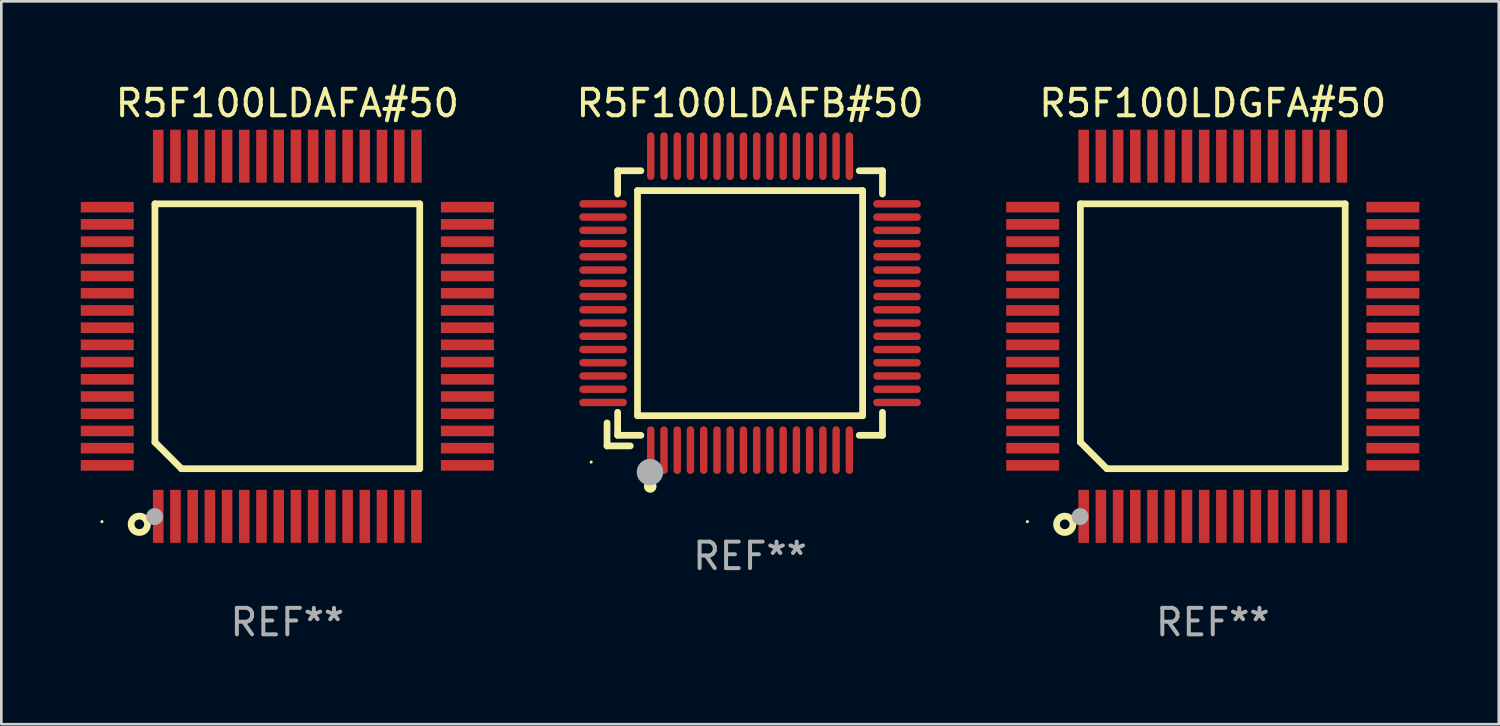
<source format=kicad_pcb>
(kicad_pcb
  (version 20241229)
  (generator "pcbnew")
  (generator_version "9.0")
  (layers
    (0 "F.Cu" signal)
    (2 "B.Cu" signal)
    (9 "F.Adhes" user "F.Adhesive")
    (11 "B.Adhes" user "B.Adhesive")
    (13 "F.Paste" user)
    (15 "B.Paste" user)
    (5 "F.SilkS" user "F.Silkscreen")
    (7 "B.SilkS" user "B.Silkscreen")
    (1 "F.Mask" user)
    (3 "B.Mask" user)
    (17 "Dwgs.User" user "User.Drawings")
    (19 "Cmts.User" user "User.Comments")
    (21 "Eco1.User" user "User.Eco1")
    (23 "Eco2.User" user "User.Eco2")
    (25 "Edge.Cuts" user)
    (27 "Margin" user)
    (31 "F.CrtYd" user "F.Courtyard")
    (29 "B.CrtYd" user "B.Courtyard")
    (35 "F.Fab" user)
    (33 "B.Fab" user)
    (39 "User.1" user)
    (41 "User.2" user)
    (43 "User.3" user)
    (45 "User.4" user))
  (footprint "R5F100LDAFB#50"
    (layer "F.Cu")
    (at 25.273 8.398)
    (property "Reference" "R5F100LDAFB#50" (at 0 -7.55 0) (layer "F.SilkS") (effects (font (size 1 1) (thickness 0.15))))
    (attr through_hole)
    (fp_line (start -5.4 4.521) (end -5.4 5.39) (stroke (width 0.254) (type solid)) (layer "F.SilkS"))
    (fp_line (start -5.4 5.39) (end -4.521 5.39) (stroke (width 0.254) (type solid)) (layer "F.SilkS"))
    (fp_line (start -5 -5) (end -5 -4.121) (stroke (width 0.254) (type solid)) (layer "F.SilkS"))
    (fp_line (start -5 4.121) (end -5 4.99) (stroke (width 0.254) (type solid)) (layer "F.SilkS"))
    (fp_line (start -5 4.99) (end -4.121 4.99) (stroke (width 0.254) (type solid)) (layer "F.SilkS"))
    (fp_line (start -4.25 -4.25) (end -4.25 4.25) (stroke (width 0.254) (type solid)) (layer "F.SilkS"))
    (fp_line (start -4.25 4.25) (end 4.25 4.25) (stroke (width 0.254) (type solid)) (layer "F.SilkS"))
    (fp_line (start -4.121 -5) (end -5 -5) (stroke (width 0.254) (type solid)) (layer "F.SilkS"))
    (fp_line (start 4.121 4.99) (end 5 4.99) (stroke (width 0.254) (type solid)) (layer "F.SilkS"))
    (fp_line (start 4.25 -4.25) (end -4.25 -4.25) (stroke (width 0.254) (type solid)) (layer "F.SilkS"))
    (fp_line (start 4.25 4.25) (end 4.25 -4.25) (stroke (width 0.254) (type solid)) (layer "F.SilkS"))
    (fp_line (start 5 -5) (end 4.121 -5) (stroke (width 0.254) (type solid)) (layer "F.SilkS"))
    (fp_line (start 5 -4.121) (end 5 -5) (stroke (width 0.254) (type solid)) (layer "F.SilkS"))
    (fp_line (start 5 4.99) (end 5 4.121) (stroke (width 0.254) (type solid)) (layer "F.SilkS"))
    (fp_circle (center -6 6) (end -5.97 6) (stroke (width 0.06) (type solid)) (fill no) (layer "F.SilkS"))
    (fp_circle (center -3.77 6.92) (end -3.65 6.92) (stroke (width 0.24) (type solid)) (fill no) (layer "F.SilkS"))
    (fp_circle (center -3.78 6.38) (end -3.53 6.38) (stroke (width 0.5) (type solid)) (fill no) (layer "F.Fab"))
    (fp_text user "REF**" (at 0 9.55 0) (layer "F.Fab") (effects (font (size 1 1) (thickness 0.15))))
    (pad "1" smd oval (at -3.75 5.55) (size 0.28 1.8) (layers "F.Cu" "F.Mask" "F.Paste"))
    (pad "2" smd oval (at -3.25 5.55) (size 0.28 1.8) (layers "F.Cu" "F.Mask" "F.Paste"))
    (pad "3" smd oval (at -2.75 5.55) (size 0.28 1.8) (layers "F.Cu" "F.Mask" "F.Paste"))
    (pad "4" smd oval (at -2.25 5.55) (size 0.28 1.8) (layers "F.Cu" "F.Mask" "F.Paste"))
    (pad "5" smd oval (at -1.75 5.55) (size 0.28 1.8) (layers "F.Cu" "F.Mask" "F.Paste"))
    (pad "6" smd oval (at -1.25 5.55) (size 0.28 1.8) (layers "F.Cu" "F.Mask" "F.Paste"))
    (pad "7" smd oval (at -0.75 5.55) (size 0.28 1.8) (layers "F.Cu" "F.Mask" "F.Paste"))
    (pad "8" smd oval (at -0.25 5.55) (size 0.28 1.8) (layers "F.Cu" "F.Mask" "F.Paste"))
    (pad "9" smd oval (at 0.25 5.55) (size 0.28 1.8) (layers "F.Cu" "F.Mask" "F.Paste"))
    (pad "10" smd oval (at 0.75 5.55) (size 0.28 1.8) (layers "F.Cu" "F.Mask" "F.Paste"))
    (pad "11" smd oval (at 1.25 5.55) (size 0.28 1.8) (layers "F.Cu" "F.Mask" "F.Paste"))
    (pad "12" smd oval (at 1.75 5.55) (size 0.28 1.8) (layers "F.Cu" "F.Mask" "F.Paste"))
    (pad "13" smd oval (at 2.25 5.55) (size 0.28 1.8) (layers "F.Cu" "F.Mask" "F.Paste"))
    (pad "14" smd oval (at 2.75 5.55) (size 0.28 1.8) (layers "F.Cu" "F.Mask" "F.Paste"))
    (pad "15" smd oval (at 3.25 5.55) (size 0.28 1.8) (layers "F.Cu" "F.Mask" "F.Paste"))
    (pad "16" smd oval (at 3.75 5.55) (size 0.28 1.8) (layers "F.Cu" "F.Mask" "F.Paste"))
    (pad "17" smd oval (at 5.55 3.75) (size 1.8 0.28) (layers "F.Cu" "F.Mask" "F.Paste"))
    (pad "18" smd oval (at 5.55 3.25) (size 1.8 0.28) (layers "F.Cu" "F.Mask" "F.Paste"))
    (pad "19" smd oval (at 5.55 2.75) (size 1.8 0.28) (layers "F.Cu" "F.Mask" "F.Paste"))
    (pad "20" smd oval (at 5.55 2.25) (size 1.8 0.28) (layers "F.Cu" "F.Mask" "F.Paste"))
    (pad "21" smd oval (at 5.55 1.75) (size 1.8 0.28) (layers "F.Cu" "F.Mask" "F.Paste"))
    (pad "22" smd oval (at 5.55 1.25) (size 1.8 0.28) (layers "F.Cu" "F.Mask" "F.Paste"))
    (pad "23" smd oval (at 5.55 0.75) (size 1.8 0.28) (layers "F.Cu" "F.Mask" "F.Paste"))
    (pad "24" smd oval (at 5.55 0.25) (size 1.8 0.28) (layers "F.Cu" "F.Mask" "F.Paste"))
    (pad "25" smd oval (at 5.55 -0.25) (size 1.8 0.28) (layers "F.Cu" "F.Mask" "F.Paste"))
    (pad "26" smd oval (at 5.55 -0.75) (size 1.8 0.28) (layers "F.Cu" "F.Mask" "F.Paste"))
    (pad "27" smd oval (at 5.55 -1.25) (size 1.8 0.28) (layers "F.Cu" "F.Mask" "F.Paste"))
    (pad "28" smd oval (at 5.55 -1.75) (size 1.8 0.28) (layers "F.Cu" "F.Mask" "F.Paste"))
    (pad "29" smd oval (at 5.55 -2.25) (size 1.8 0.28) (layers "F.Cu" "F.Mask" "F.Paste"))
    (pad "30" smd oval (at 5.55 -2.75) (size 1.8 0.28) (layers "F.Cu" "F.Mask" "F.Paste"))
    (pad "31" smd oval (at 5.55 -3.25) (size 1.8 0.28) (layers "F.Cu" "F.Mask" "F.Paste"))
    (pad "32" smd oval (at 5.55 -3.75) (size 1.8 0.28) (layers "F.Cu" "F.Mask" "F.Paste"))
    (pad "33" smd oval (at 3.75 -5.55) (size 0.28 1.8) (layers "F.Cu" "F.Mask" "F.Paste"))
    (pad "34" smd oval (at 3.25 -5.55) (size 0.28 1.8) (layers "F.Cu" "F.Mask" "F.Paste"))
    (pad "35" smd oval (at 2.75 -5.55) (size 0.28 1.8) (layers "F.Cu" "F.Mask" "F.Paste"))
    (pad "36" smd oval (at 2.25 -5.55) (size 0.28 1.8) (layers "F.Cu" "F.Mask" "F.Paste"))
    (pad "37" smd oval (at 1.75 -5.55) (size 0.28 1.8) (layers "F.Cu" "F.Mask" "F.Paste"))
    (pad "38" smd oval (at 1.25 -5.55) (size 0.28 1.8) (layers "F.Cu" "F.Mask" "F.Paste"))
    (pad "39" smd oval (at 0.75 -5.55) (size 0.28 1.8) (layers "F.Cu" "F.Mask" "F.Paste"))
    (pad "40" smd oval (at 0.25 -5.55) (size 0.28 1.8) (layers "F.Cu" "F.Mask" "F.Paste"))
    (pad "41" smd oval (at -0.25 -5.55) (size 0.28 1.8) (layers "F.Cu" "F.Mask" "F.Paste"))
    (pad "42" smd oval (at -0.75 -5.55) (size 0.28 1.8) (layers "F.Cu" "F.Mask" "F.Paste"))
    (pad "43" smd oval (at -1.25 -5.55) (size 0.28 1.8) (layers "F.Cu" "F.Mask" "F.Paste"))
    (pad "44" smd oval (at -1.75 -5.55) (size 0.28 1.8) (layers "F.Cu" "F.Mask" "F.Paste"))
    (pad "45" smd oval (at -2.25 -5.55) (size 0.28 1.8) (layers "F.Cu" "F.Mask" "F.Paste"))
    (pad "46" smd oval (at -2.75 -5.55) (size 0.28 1.8) (layers "F.Cu" "F.Mask" "F.Paste"))
    (pad "47" smd oval (at -3.25 -5.55) (size 0.28 1.8) (layers "F.Cu" "F.Mask" "F.Paste"))
    (pad "48" smd oval (at -3.75 -5.55) (size 0.28 1.8) (layers "F.Cu" "F.Mask" "F.Paste"))
    (pad "49" smd oval (at -5.55 -3.75) (size 1.8 0.28) (layers "F.Cu" "F.Mask" "F.Paste"))
    (pad "50" smd oval (at -5.55 -3.25) (size 1.8 0.28) (layers "F.Cu" "F.Mask" "F.Paste"))
    (pad "51" smd oval (at -5.55 -2.75) (size 1.8 0.28) (layers "F.Cu" "F.Mask" "F.Paste"))
    (pad "52" smd oval (at -5.55 -2.25) (size 1.8 0.28) (layers "F.Cu" "F.Mask" "F.Paste"))
    (pad "53" smd oval (at -5.55 -1.75) (size 1.8 0.28) (layers "F.Cu" "F.Mask" "F.Paste"))
    (pad "54" smd oval (at -5.55 -1.25) (size 1.8 0.28) (layers "F.Cu" "F.Mask" "F.Paste"))
    (pad "55" smd oval (at -5.55 -0.75) (size 1.8 0.28) (layers "F.Cu" "F.Mask" "F.Paste"))
    (pad "56" smd oval (at -5.55 -0.25) (size 1.8 0.28) (layers "F.Cu" "F.Mask" "F.Paste"))
    (pad "57" smd oval (at -5.55 0.25) (size 1.8 0.28) (layers "F.Cu" "F.Mask" "F.Paste"))
    (pad "58" smd oval (at -5.55 0.75) (size 1.8 0.28) (layers "F.Cu" "F.Mask" "F.Paste"))
    (pad "59" smd oval (at -5.55 1.25) (size 1.8 0.28) (layers "F.Cu" "F.Mask" "F.Paste"))
    (pad "60" smd oval (at -5.55 1.75) (size 1.8 0.28) (layers "F.Cu" "F.Mask" "F.Paste"))
    (pad "61" smd oval (at -5.55 2.25) (size 1.8 0.28) (layers "F.Cu" "F.Mask" "F.Paste"))
    (pad "62" smd oval (at -5.55 2.75) (size 1.8 0.28) (layers "F.Cu" "F.Mask" "F.Paste"))
    (pad "63" smd oval (at -5.55 3.25) (size 1.8 0.28) (layers "F.Cu" "F.Mask" "F.Paste"))
    (pad "64" smd oval (at -5.55 3.75) (size 1.8 0.28) (layers "F.Cu" "F.Mask" "F.Paste")))
  (footprint "R5F100LDAFA#50"
    (layer "F.Cu")
    (at 7.8 9.648)
    (property "Reference" "R5F100LDAFA#50" (at 0 -8.8 0) (layer "F.SilkS") (effects (font (size 1 1) (thickness 0.15))))
    (attr through_hole)
    (fp_line (start -5 -5) (end 5 -5) (stroke (width 0.254) (type solid)) (layer "F.SilkS"))
    (fp_line (start -5 4) (end -5 -5) (stroke (width 0.254) (type solid)) (layer "F.SilkS"))
    (fp_line (start -4 5) (end -5 4) (stroke (width 0.254) (type solid)) (layer "F.SilkS"))
    (fp_line (start 5 -5) (end 5 5) (stroke (width 0.254) (type solid)) (layer "F.SilkS"))
    (fp_line (start 5 5) (end -4 5) (stroke (width 0.254) (type solid)) (layer "F.SilkS"))
    (fp_circle (center -7 7) (end -6.97 7) (stroke (width 0.06) (type solid)) (fill no) (layer "F.SilkS"))
    (fp_circle (center -5.59 7.1) (end -5.28 7.1) (stroke (width 0.254) (type solid)) (fill no) (layer "F.SilkS"))
    (fp_circle (center -5.01 6.81) (end -4.85 6.81) (stroke (width 0.32) (type solid)) (fill no) (layer "F.Fab"))
    (fp_text user "REF**" (at 0 10.8 0) (layer "F.Fab") (effects (font (size 1 1) (thickness 0.15))))
    (pad "1" smd rect (at -4.875 6.8) (size 0.4 2) (layers "F.Cu" "F.Mask" "F.Paste"))
    (pad "2" smd rect (at -4.225 6.8) (size 0.4 2) (layers "F.Cu" "F.Mask" "F.Paste"))
    (pad "3" smd rect (at -3.575 6.8) (size 0.4 2) (layers "F.Cu" "F.Mask" "F.Paste"))
    (pad "4" smd rect (at -2.925 6.8) (size 0.4 2) (layers "F.Cu" "F.Mask" "F.Paste"))
    (pad "5" smd rect (at -2.275 6.8) (size 0.4 2) (layers "F.Cu" "F.Mask" "F.Paste"))
    (pad "6" smd rect (at -1.625 6.8) (size 0.4 2) (layers "F.Cu" "F.Mask" "F.Paste"))
    (pad "7" smd rect (at -0.975 6.8) (size 0.4 2) (layers "F.Cu" "F.Mask" "F.Paste"))
    (pad "8" smd rect (at -0.325 6.8) (size 0.4 2) (layers "F.Cu" "F.Mask" "F.Paste"))
    (pad "9" smd rect (at 0.325 6.8) (size 0.4 2) (layers "F.Cu" "F.Mask" "F.Paste"))
    (pad "10" smd rect (at 0.975 6.8) (size 0.4 2) (layers "F.Cu" "F.Mask" "F.Paste"))
    (pad "11" smd rect (at 1.625 6.8) (size 0.4 2) (layers "F.Cu" "F.Mask" "F.Paste"))
    (pad "12" smd rect (at 2.275 6.8) (size 0.4 2) (layers "F.Cu" "F.Mask" "F.Paste"))
    (pad "13" smd rect (at 2.925 6.8) (size 0.4 2) (layers "F.Cu" "F.Mask" "F.Paste"))
    (pad "14" smd rect (at 3.575 6.8) (size 0.4 2) (layers "F.Cu" "F.Mask" "F.Paste"))
    (pad "15" smd rect (at 4.225 6.8) (size 0.4 2) (layers "F.Cu" "F.Mask" "F.Paste"))
    (pad "16" smd rect (at 4.875 6.8) (size 0.4 2) (layers "F.Cu" "F.Mask" "F.Paste"))
    (pad "17" smd rect (at 6.8 4.875) (size 2 0.4) (layers "F.Cu" "F.Mask" "F.Paste"))
    (pad "18" smd rect (at 6.8 4.225) (size 2 0.4) (layers "F.Cu" "F.Mask" "F.Paste"))
    (pad "19" smd rect (at 6.8 3.575) (size 2 0.4) (layers "F.Cu" "F.Mask" "F.Paste"))
    (pad "20" smd rect (at 6.8 2.925) (size 2 0.4) (layers "F.Cu" "F.Mask" "F.Paste"))
    (pad "21" smd rect (at 6.8 2.275) (size 2 0.4) (layers "F.Cu" "F.Mask" "F.Paste"))
    (pad "22" smd rect (at 6.8 1.625) (size 2 0.4) (layers "F.Cu" "F.Mask" "F.Paste"))
    (pad "23" smd rect (at 6.8 0.975) (size 2 0.4) (layers "F.Cu" "F.Mask" "F.Paste"))
    (pad "24" smd rect (at 6.8 0.325) (size 2 0.4) (layers "F.Cu" "F.Mask" "F.Paste"))
    (pad "25" smd rect (at 6.8 -0.325) (size 2 0.4) (layers "F.Cu" "F.Mask" "F.Paste"))
    (pad "26" smd rect (at 6.8 -0.975) (size 2 0.4) (layers "F.Cu" "F.Mask" "F.Paste"))
    (pad "27" smd rect (at 6.8 -1.625) (size 2 0.4) (layers "F.Cu" "F.Mask" "F.Paste"))
    (pad "28" smd rect (at 6.8 -2.275) (size 2 0.4) (layers "F.Cu" "F.Mask" "F.Paste"))
    (pad "29" smd rect (at 6.8 -2.925) (size 2 0.4) (layers "F.Cu" "F.Mask" "F.Paste"))
    (pad "30" smd rect (at 6.8 -3.575) (size 2 0.4) (layers "F.Cu" "F.Mask" "F.Paste"))
    (pad "31" smd rect (at 6.8 -4.225) (size 2 0.4) (layers "F.Cu" "F.Mask" "F.Paste"))
    (pad "32" smd rect (at 6.8 -4.875) (size 2 0.4) (layers "F.Cu" "F.Mask" "F.Paste"))
    (pad "33" smd rect (at 4.875 -6.8) (size 0.4 2) (layers "F.Cu" "F.Mask" "F.Paste"))
    (pad "34" smd rect (at 4.225 -6.8) (size 0.4 2) (layers "F.Cu" "F.Mask" "F.Paste"))
    (pad "35" smd rect (at 3.575 -6.8) (size 0.4 2) (layers "F.Cu" "F.Mask" "F.Paste"))
    (pad "36" smd rect (at 2.925 -6.8) (size 0.4 2) (layers "F.Cu" "F.Mask" "F.Paste"))
    (pad "37" smd rect (at 2.275 -6.8) (size 0.4 2) (layers "F.Cu" "F.Mask" "F.Paste"))
    (pad "38" smd rect (at 1.625 -6.8) (size 0.4 2) (layers "F.Cu" "F.Mask" "F.Paste"))
    (pad "39" smd rect (at 0.975 -6.8) (size 0.4 2) (layers "F.Cu" "F.Mask" "F.Paste"))
    (pad "40" smd rect (at 0.325 -6.8) (size 0.4 2) (layers "F.Cu" "F.Mask" "F.Paste"))
    (pad "41" smd rect (at -0.325 -6.8) (size 0.4 2) (layers "F.Cu" "F.Mask" "F.Paste"))
    (pad "42" smd rect (at -0.975 -6.8) (size 0.4 2) (layers "F.Cu" "F.Mask" "F.Paste"))
    (pad "43" smd rect (at -1.625 -6.8) (size 0.4 2) (layers "F.Cu" "F.Mask" "F.Paste"))
    (pad "44" smd rect (at -2.275 -6.8) (size 0.4 2) (layers "F.Cu" "F.Mask" "F.Paste"))
    (pad "45" smd rect (at -2.925 -6.8) (size 0.4 2) (layers "F.Cu" "F.Mask" "F.Paste"))
    (pad "46" smd rect (at -3.575 -6.8) (size 0.4 2) (layers "F.Cu" "F.Mask" "F.Paste"))
    (pad "47" smd rect (at -4.225 -6.8) (size 0.4 2) (layers "F.Cu" "F.Mask" "F.Paste"))
    (pad "48" smd rect (at -4.875 -6.8) (size 0.4 2) (layers "F.Cu" "F.Mask" "F.Paste"))
    (pad "49" smd rect (at -6.8 -4.875) (size 2 0.4) (layers "F.Cu" "F.Mask" "F.Paste"))
    (pad "50" smd rect (at -6.8 -4.225) (size 2 0.4) (layers "F.Cu" "F.Mask" "F.Paste"))
    (pad "51" smd rect (at -6.8 -3.575) (size 2 0.4) (layers "F.Cu" "F.Mask" "F.Paste"))
    (pad "52" smd rect (at -6.8 -2.925) (size 2 0.4) (layers "F.Cu" "F.Mask" "F.Paste"))
    (pad "53" smd rect (at -6.8 -2.275) (size 2 0.4) (layers "F.Cu" "F.Mask" "F.Paste"))
    (pad "54" smd rect (at -6.8 -1.625) (size 2 0.4) (layers "F.Cu" "F.Mask" "F.Paste"))
    (pad "55" smd rect (at -6.8 -0.975) (size 2 0.4) (layers "F.Cu" "F.Mask" "F.Paste"))
    (pad "56" smd rect (at -6.8 -0.325) (size 2 0.4) (layers "F.Cu" "F.Mask" "F.Paste"))
    (pad "57" smd rect (at -6.8 0.325) (size 2 0.4) (layers "F.Cu" "F.Mask" "F.Paste"))
    (pad "58" smd rect (at -6.8 0.975) (size 2 0.4) (layers "F.Cu" "F.Mask" "F.Paste"))
    (pad "59" smd rect (at -6.8 1.625) (size 2 0.4) (layers "F.Cu" "F.Mask" "F.Paste"))
    (pad "60" smd rect (at -6.8 2.275) (size 2 0.4) (layers "F.Cu" "F.Mask" "F.Paste"))
    (pad "61" smd rect (at -6.8 2.925) (size 2 0.4) (layers "F.Cu" "F.Mask" "F.Paste"))
    (pad "62" smd rect (at -6.8 3.575) (size 2 0.4) (layers "F.Cu" "F.Mask" "F.Paste"))
    (pad "63" smd rect (at -6.8 4.225) (size 2 0.4) (layers "F.Cu" "F.Mask" "F.Paste"))
    (pad "64" smd rect (at -6.8 4.875) (size 2 0.4) (layers "F.Cu" "F.Mask" "F.Paste")))
  (footprint "R5F100LDGFA#50"
    (layer "F.Cu")
    (at 42.746 9.648)
    (property "Reference" "R5F100LDGFA#50" (at 0 -8.8 0) (layer "F.SilkS") (effects (font (size 1 1) (thickness 0.15))))
    (attr through_hole)
    (fp_line (start -5 -5) (end 5 -5) (stroke (width 0.254) (type solid)) (layer "F.SilkS"))
    (fp_line (start -5 4) (end -5 -5) (stroke (width 0.254) (type solid)) (layer "F.SilkS"))
    (fp_line (start -4 5) (end -5 4) (stroke (width 0.254) (type solid)) (layer "F.SilkS"))
    (fp_line (start 5 -5) (end 5 5) (stroke (width 0.254) (type solid)) (layer "F.SilkS"))
    (fp_line (start 5 5) (end -4 5) (stroke (width 0.254) (type solid)) (layer "F.SilkS"))
    (fp_circle (center -7 7) (end -6.97 7) (stroke (width 0.06) (type solid)) (fill no) (layer "F.SilkS"))
    (fp_circle (center -5.59 7.1) (end -5.28 7.1) (stroke (width 0.254) (type solid)) (fill no) (layer "F.SilkS"))
    (fp_circle (center -5.01 6.81) (end -4.85 6.81) (stroke (width 0.32) (type solid)) (fill no) (layer "F.Fab"))
    (fp_text user "REF**" (at 0 10.8 0) (layer "F.Fab") (effects (font (size 1 1) (thickness 0.15))))
    (pad "1" smd rect (at -4.875 6.8) (size 0.4 2) (layers "F.Cu" "F.Mask" "F.Paste"))
    (pad "2" smd rect (at -4.225 6.8) (size 0.4 2) (layers "F.Cu" "F.Mask" "F.Paste"))
    (pad "3" smd rect (at -3.575 6.8) (size 0.4 2) (layers "F.Cu" "F.Mask" "F.Paste"))
    (pad "4" smd rect (at -2.925 6.8) (size 0.4 2) (layers "F.Cu" "F.Mask" "F.Paste"))
    (pad "5" smd rect (at -2.275 6.8) (size 0.4 2) (layers "F.Cu" "F.Mask" "F.Paste"))
    (pad "6" smd rect (at -1.625 6.8) (size 0.4 2) (layers "F.Cu" "F.Mask" "F.Paste"))
    (pad "7" smd rect (at -0.975 6.8) (size 0.4 2) (layers "F.Cu" "F.Mask" "F.Paste"))
    (pad "8" smd rect (at -0.325 6.8) (size 0.4 2) (layers "F.Cu" "F.Mask" "F.Paste"))
    (pad "9" smd rect (at 0.325 6.8) (size 0.4 2) (layers "F.Cu" "F.Mask" "F.Paste"))
    (pad "10" smd rect (at 0.975 6.8) (size 0.4 2) (layers "F.Cu" "F.Mask" "F.Paste"))
    (pad "11" smd rect (at 1.625 6.8) (size 0.4 2) (layers "F.Cu" "F.Mask" "F.Paste"))
    (pad "12" smd rect (at 2.275 6.8) (size 0.4 2) (layers "F.Cu" "F.Mask" "F.Paste"))
    (pad "13" smd rect (at 2.925 6.8) (size 0.4 2) (layers "F.Cu" "F.Mask" "F.Paste"))
    (pad "14" smd rect (at 3.575 6.8) (size 0.4 2) (layers "F.Cu" "F.Mask" "F.Paste"))
    (pad "15" smd rect (at 4.225 6.8) (size 0.4 2) (layers "F.Cu" "F.Mask" "F.Paste"))
    (pad "16" smd rect (at 4.875 6.8) (size 0.4 2) (layers "F.Cu" "F.Mask" "F.Paste"))
    (pad "17" smd rect (at 6.8 4.875) (size 2 0.4) (layers "F.Cu" "F.Mask" "F.Paste"))
    (pad "18" smd rect (at 6.8 4.225) (size 2 0.4) (layers "F.Cu" "F.Mask" "F.Paste"))
    (pad "19" smd rect (at 6.8 3.575) (size 2 0.4) (layers "F.Cu" "F.Mask" "F.Paste"))
    (pad "20" smd rect (at 6.8 2.925) (size 2 0.4) (layers "F.Cu" "F.Mask" "F.Paste"))
    (pad "21" smd rect (at 6.8 2.275) (size 2 0.4) (layers "F.Cu" "F.Mask" "F.Paste"))
    (pad "22" smd rect (at 6.8 1.625) (size 2 0.4) (layers "F.Cu" "F.Mask" "F.Paste"))
    (pad "23" smd rect (at 6.8 0.975) (size 2 0.4) (layers "F.Cu" "F.Mask" "F.Paste"))
    (pad "24" smd rect (at 6.8 0.325) (size 2 0.4) (layers "F.Cu" "F.Mask" "F.Paste"))
    (pad "25" smd rect (at 6.8 -0.325) (size 2 0.4) (layers "F.Cu" "F.Mask" "F.Paste"))
    (pad "26" smd rect (at 6.8 -0.975) (size 2 0.4) (layers "F.Cu" "F.Mask" "F.Paste"))
    (pad "27" smd rect (at 6.8 -1.625) (size 2 0.4) (layers "F.Cu" "F.Mask" "F.Paste"))
    (pad "28" smd rect (at 6.8 -2.275) (size 2 0.4) (layers "F.Cu" "F.Mask" "F.Paste"))
    (pad "29" smd rect (at 6.8 -2.925) (size 2 0.4) (layers "F.Cu" "F.Mask" "F.Paste"))
    (pad "30" smd rect (at 6.8 -3.575) (size 2 0.4) (layers "F.Cu" "F.Mask" "F.Paste"))
    (pad "31" smd rect (at 6.8 -4.225) (size 2 0.4) (layers "F.Cu" "F.Mask" "F.Paste"))
    (pad "32" smd rect (at 6.8 -4.875) (size 2 0.4) (layers "F.Cu" "F.Mask" "F.Paste"))
    (pad "33" smd rect (at 4.875 -6.8) (size 0.4 2) (layers "F.Cu" "F.Mask" "F.Paste"))
    (pad "34" smd rect (at 4.225 -6.8) (size 0.4 2) (layers "F.Cu" "F.Mask" "F.Paste"))
    (pad "35" smd rect (at 3.575 -6.8) (size 0.4 2) (layers "F.Cu" "F.Mask" "F.Paste"))
    (pad "36" smd rect (at 2.925 -6.8) (size 0.4 2) (layers "F.Cu" "F.Mask" "F.Paste"))
    (pad "37" smd rect (at 2.275 -6.8) (size 0.4 2) (layers "F.Cu" "F.Mask" "F.Paste"))
    (pad "38" smd rect (at 1.625 -6.8) (size 0.4 2) (layers "F.Cu" "F.Mask" "F.Paste"))
    (pad "39" smd rect (at 0.975 -6.8) (size 0.4 2) (layers "F.Cu" "F.Mask" "F.Paste"))
    (pad "40" smd rect (at 0.325 -6.8) (size 0.4 2) (layers "F.Cu" "F.Mask" "F.Paste"))
    (pad "41" smd rect (at -0.325 -6.8) (size 0.4 2) (layers "F.Cu" "F.Mask" "F.Paste"))
    (pad "42" smd rect (at -0.975 -6.8) (size 0.4 2) (layers "F.Cu" "F.Mask" "F.Paste"))
    (pad "43" smd rect (at -1.625 -6.8) (size 0.4 2) (layers "F.Cu" "F.Mask" "F.Paste"))
    (pad "44" smd rect (at -2.275 -6.8) (size 0.4 2) (layers "F.Cu" "F.Mask" "F.Paste"))
    (pad "45" smd rect (at -2.925 -6.8) (size 0.4 2) (layers "F.Cu" "F.Mask" "F.Paste"))
    (pad "46" smd rect (at -3.575 -6.8) (size 0.4 2) (layers "F.Cu" "F.Mask" "F.Paste"))
    (pad "47" smd rect (at -4.225 -6.8) (size 0.4 2) (layers "F.Cu" "F.Mask" "F.Paste"))
    (pad "48" smd rect (at -4.875 -6.8) (size 0.4 2) (layers "F.Cu" "F.Mask" "F.Paste"))
    (pad "49" smd rect (at -6.8 -4.875) (size 2 0.4) (layers "F.Cu" "F.Mask" "F.Paste"))
    (pad "50" smd rect (at -6.8 -4.225) (size 2 0.4) (layers "F.Cu" "F.Mask" "F.Paste"))
    (pad "51" smd rect (at -6.8 -3.575) (size 2 0.4) (layers "F.Cu" "F.Mask" "F.Paste"))
    (pad "52" smd rect (at -6.8 -2.925) (size 2 0.4) (layers "F.Cu" "F.Mask" "F.Paste"))
    (pad "53" smd rect (at -6.8 -2.275) (size 2 0.4) (layers "F.Cu" "F.Mask" "F.Paste"))
    (pad "54" smd rect (at -6.8 -1.625) (size 2 0.4) (layers "F.Cu" "F.Mask" "F.Paste"))
    (pad "55" smd rect (at -6.8 -0.975) (size 2 0.4) (layers "F.Cu" "F.Mask" "F.Paste"))
    (pad "56" smd rect (at -6.8 -0.325) (size 2 0.4) (layers "F.Cu" "F.Mask" "F.Paste"))
    (pad "57" smd rect (at -6.8 0.325) (size 2 0.4) (layers "F.Cu" "F.Mask" "F.Paste"))
    (pad "58" smd rect (at -6.8 0.975) (size 2 0.4) (layers "F.Cu" "F.Mask" "F.Paste"))
    (pad "59" smd rect (at -6.8 1.625) (size 2 0.4) (layers "F.Cu" "F.Mask" "F.Paste"))
    (pad "60" smd rect (at -6.8 2.275) (size 2 0.4) (layers "F.Cu" "F.Mask" "F.Paste"))
    (pad "61" smd rect (at -6.8 2.925) (size 2 0.4) (layers "F.Cu" "F.Mask" "F.Paste"))
    (pad "62" smd rect (at -6.8 3.575) (size 2 0.4) (layers "F.Cu" "F.Mask" "F.Paste"))
    (pad "63" smd rect (at -6.8 4.225) (size 2 0.4) (layers "F.Cu" "F.Mask" "F.Paste"))
    (pad "64" smd rect (at -6.8 4.875) (size 2 0.4) (layers "F.Cu" "F.Mask" "F.Paste")))
  (gr_rect
    (start -3 -3)
    (end 53.546 24.297)
    (stroke (width 0.1) (type default))
    (fill no)
    (layer "Edge.Cuts")))
</source>
